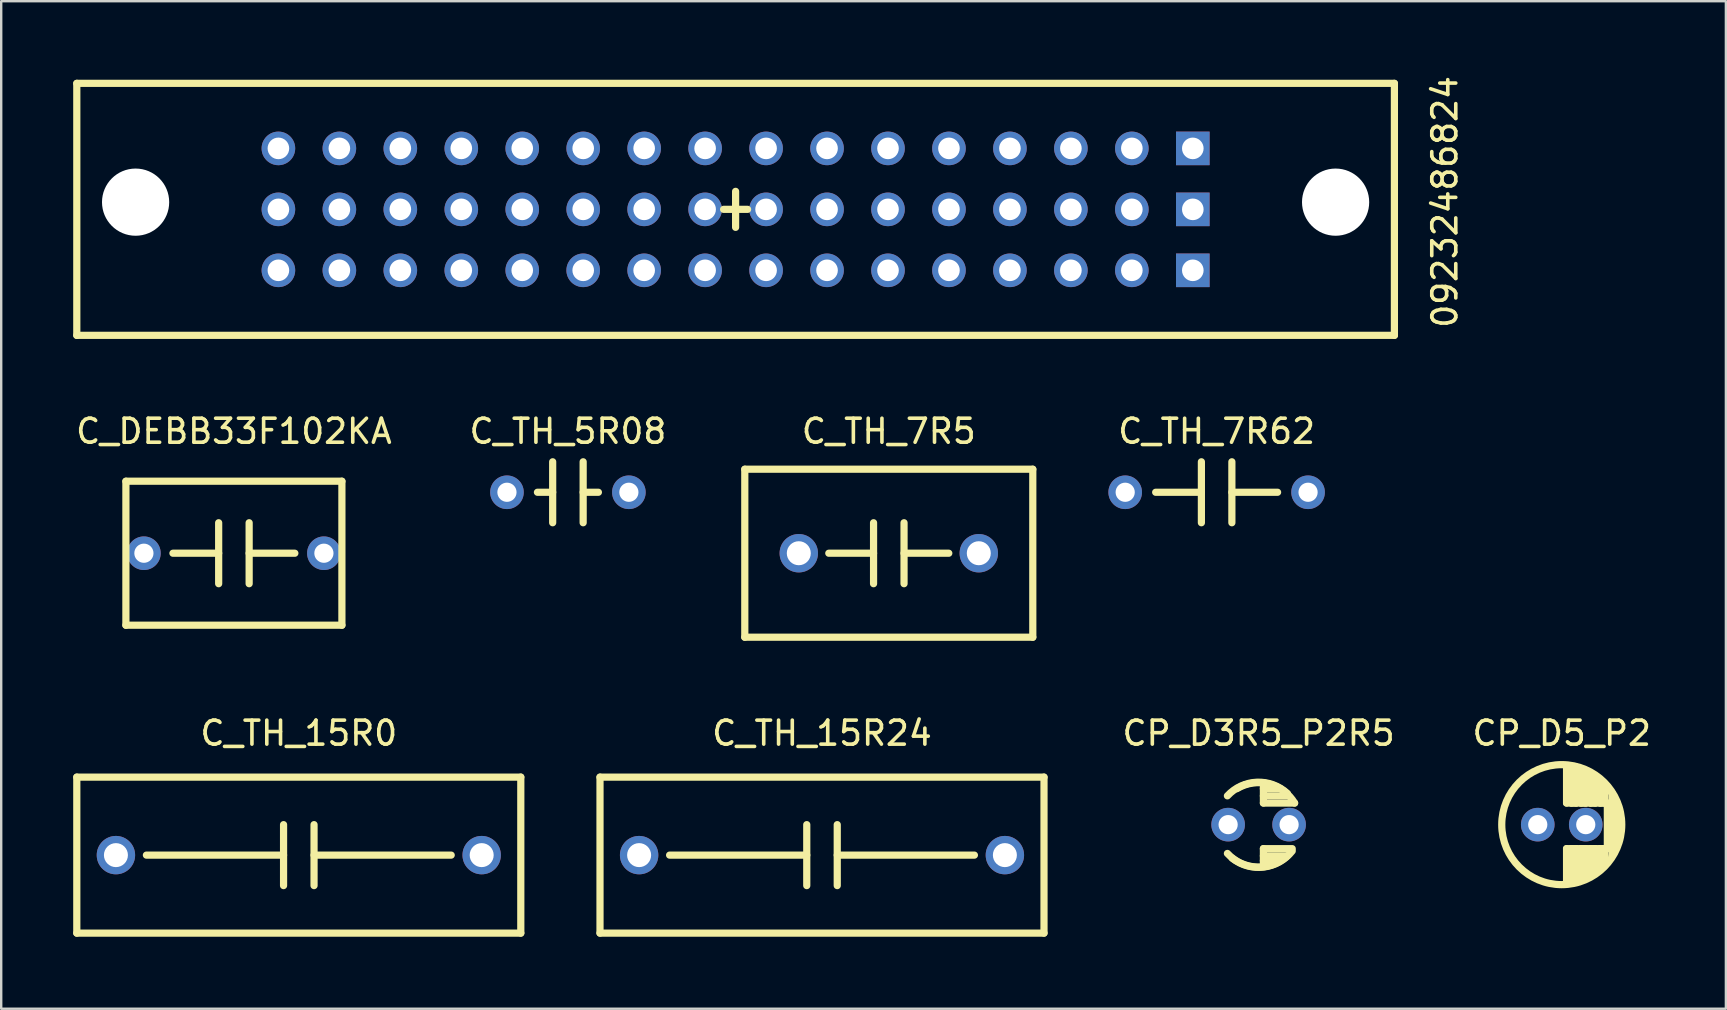
<source format=kicad_pcb>
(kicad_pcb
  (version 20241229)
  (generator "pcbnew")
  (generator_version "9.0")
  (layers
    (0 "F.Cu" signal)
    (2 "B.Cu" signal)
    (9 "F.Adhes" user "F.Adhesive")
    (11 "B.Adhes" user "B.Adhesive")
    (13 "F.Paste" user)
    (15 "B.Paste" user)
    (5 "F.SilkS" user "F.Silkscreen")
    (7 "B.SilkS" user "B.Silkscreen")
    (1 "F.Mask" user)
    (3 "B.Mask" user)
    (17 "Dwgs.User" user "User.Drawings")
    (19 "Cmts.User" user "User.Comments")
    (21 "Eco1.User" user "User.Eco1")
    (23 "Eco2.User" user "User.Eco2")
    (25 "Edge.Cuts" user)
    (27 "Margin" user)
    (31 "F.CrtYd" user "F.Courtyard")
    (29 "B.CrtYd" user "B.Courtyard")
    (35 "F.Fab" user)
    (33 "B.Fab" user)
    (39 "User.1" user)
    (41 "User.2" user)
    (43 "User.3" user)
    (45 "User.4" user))
  (footprint "09232486824"
    (layer "F.Cu")
    (at 27.6 5.673)
    (property "Reference" "09232486824" (at 29.552 -0.31 90) (layer "F.SilkS") (effects (font (size 1 1) (thickness 0.15))))
    (attr through_hole)
    (fp_line (start -27.45 -5.25) (end -27.45 5.25) (stroke (width 0.3) (type solid)) (layer "F.SilkS"))
    (fp_line (start -27.45 5.25) (end 27.45 5.25) (stroke (width 0.3) (type solid)) (layer "F.SilkS"))
    (fp_line (start -0.5 0) (end 0.5 0) (stroke (width 0.3) (type solid)) (layer "F.SilkS"))
    (fp_line (start 0 0.75) (end 0 -0.75) (stroke (width 0.3) (type solid)) (layer "F.SilkS"))
    (fp_line (start 27.45 -5.25) (end -27.45 -5.25) (stroke (width 0.3) (type solid)) (layer "F.SilkS"))
    (fp_line (start 27.45 5.25) (end 27.45 -5.25) (stroke (width 0.3) (type solid)) (layer "F.SilkS"))
    (pad "" np_thru_hole circle (at -25 -0.3) (size 2.8 2.8) (drill 2.8) (layers "*.Cu" "*.Mask"))
    (pad "" np_thru_hole circle (at 25 -0.3) (size 2.8 2.8) (drill 2.8) (layers "*.Cu" "*.Mask"))
    (pad "1A" thru_hole rect (at 19.05 -2.54) (size 1.4 1.4) (drill 0.9) (layers "*.Cu" "*.Mask"))
    (pad "1B" thru_hole rect (at 19.05 0) (size 1.4 1.4) (drill 0.9) (layers "*.Cu" "*.Mask"))
    (pad "1C" thru_hole rect (at 19.05 2.54) (size 1.4 1.4) (drill 0.9) (layers "*.Cu" "*.Mask"))
    (pad "2A" thru_hole circle (at 16.51 -2.54) (size 1.4 1.4) (drill 0.9) (layers "*.Cu" "*.Mask"))
    (pad "2B" thru_hole circle (at 16.51 0) (size 1.4 1.4) (drill 0.9) (layers "*.Cu" "*.Mask"))
    (pad "2C" thru_hole circle (at 16.51 2.54) (size 1.4 1.4) (drill 0.9) (layers "*.Cu" "*.Mask"))
    (pad "3A" thru_hole circle (at 13.97 -2.54) (size 1.4 1.4) (drill 0.9) (layers "*.Cu" "*.Mask"))
    (pad "3B" thru_hole circle (at 13.97 0) (size 1.4 1.4) (drill 0.9) (layers "*.Cu" "*.Mask"))
    (pad "3C" thru_hole circle (at 13.97 2.54) (size 1.4 1.4) (drill 0.9) (layers "*.Cu" "*.Mask"))
    (pad "4A" thru_hole circle (at 11.43 -2.54) (size 1.4 1.4) (drill 0.9) (layers "*.Cu" "*.Mask"))
    (pad "4B" thru_hole circle (at 11.43 0) (size 1.4 1.4) (drill 0.9) (layers "*.Cu" "*.Mask"))
    (pad "4C" thru_hole circle (at 11.43 2.54) (size 1.4 1.4) (drill 0.9) (layers "*.Cu" "*.Mask"))
    (pad "5A" thru_hole circle (at 8.89 -2.54) (size 1.4 1.4) (drill 0.9) (layers "*.Cu" "*.Mask"))
    (pad "5B" thru_hole circle (at 8.89 0) (size 1.4 1.4) (drill 0.9) (layers "*.Cu" "*.Mask"))
    (pad "5C" thru_hole circle (at 8.89 2.54) (size 1.4 1.4) (drill 0.9) (layers "*.Cu" "*.Mask"))
    (pad "6A" thru_hole circle (at 6.35 -2.54) (size 1.4 1.4) (drill 0.9) (layers "*.Cu" "*.Mask"))
    (pad "6B" thru_hole circle (at 6.35 0) (size 1.4 1.4) (drill 0.9) (layers "*.Cu" "*.Mask"))
    (pad "6C" thru_hole circle (at 6.35 2.54) (size 1.4 1.4) (drill 0.9) (layers "*.Cu" "*.Mask"))
    (pad "7A" thru_hole circle (at 3.81 -2.54) (size 1.4 1.4) (drill 0.9) (layers "*.Cu" "*.Mask"))
    (pad "7B" thru_hole circle (at 3.81 0) (size 1.4 1.4) (drill 0.9) (layers "*.Cu" "*.Mask"))
    (pad "7C" thru_hole circle (at 3.81 2.54) (size 1.4 1.4) (drill 0.9) (layers "*.Cu" "*.Mask"))
    (pad "8A" thru_hole circle (at 1.27 -2.54) (size 1.4 1.4) (drill 0.9) (layers "*.Cu" "*.Mask"))
    (pad "8B" thru_hole circle (at 1.27 0) (size 1.4 1.4) (drill 0.9) (layers "*.Cu" "*.Mask"))
    (pad "8C" thru_hole circle (at 1.27 2.54) (size 1.4 1.4) (drill 0.9) (layers "*.Cu" "*.Mask"))
    (pad "9A" thru_hole circle (at -1.27 -2.54) (size 1.4 1.4) (drill 0.9) (layers "*.Cu" "*.Mask"))
    (pad "9B" thru_hole circle (at -1.27 0) (size 1.4 1.4) (drill 0.9) (layers "*.Cu" "*.Mask"))
    (pad "9C" thru_hole circle (at -1.27 2.54) (size 1.4 1.4) (drill 0.9) (layers "*.Cu" "*.Mask"))
    (pad "10A" thru_hole circle (at -3.81 -2.54) (size 1.4 1.4) (drill 0.9) (layers "*.Cu" "*.Mask"))
    (pad "10B" thru_hole circle (at -3.81 0) (size 1.4 1.4) (drill 0.9) (layers "*.Cu" "*.Mask"))
    (pad "10C" thru_hole circle (at -3.81 2.54) (size 1.4 1.4) (drill 0.9) (layers "*.Cu" "*.Mask"))
    (pad "11A" thru_hole circle (at -6.35 -2.54) (size 1.4 1.4) (drill 0.9) (layers "*.Cu" "*.Mask"))
    (pad "11B" thru_hole circle (at -6.35 0) (size 1.4 1.4) (drill 0.9) (layers "*.Cu" "*.Mask"))
    (pad "11C" thru_hole circle (at -6.35 2.54) (size 1.4 1.4) (drill 0.9) (layers "*.Cu" "*.Mask"))
    (pad "12A" thru_hole circle (at -8.89 -2.54) (size 1.4 1.4) (drill 0.9) (layers "*.Cu" "*.Mask"))
    (pad "12B" thru_hole circle (at -8.89 0) (size 1.4 1.4) (drill 0.9) (layers "*.Cu" "*.Mask"))
    (pad "12C" thru_hole circle (at -8.89 2.54) (size 1.4 1.4) (drill 0.9) (layers "*.Cu" "*.Mask"))
    (pad "13A" thru_hole circle (at -11.43 -2.54) (size 1.4 1.4) (drill 0.9) (layers "*.Cu" "*.Mask"))
    (pad "13B" thru_hole circle (at -11.43 0) (size 1.4 1.4) (drill 0.9) (layers "*.Cu" "*.Mask"))
    (pad "13C" thru_hole circle (at -11.43 2.54) (size 1.4 1.4) (drill 0.9) (layers "*.Cu" "*.Mask"))
    (pad "14A" thru_hole circle (at -13.97 -2.54) (size 1.4 1.4) (drill 0.9) (layers "*.Cu" "*.Mask"))
    (pad "14B" thru_hole circle (at -13.97 0) (size 1.4 1.4) (drill 0.9) (layers "*.Cu" "*.Mask"))
    (pad "14C" thru_hole circle (at -13.97 2.54) (size 1.4 1.4) (drill 0.9) (layers "*.Cu" "*.Mask"))
    (pad "15A" thru_hole circle (at -16.51 -2.54) (size 1.4 1.4) (drill 0.9) (layers "*.Cu" "*.Mask"))
    (pad "15B" thru_hole circle (at -16.51 0) (size 1.4 1.4) (drill 0.9) (layers "*.Cu" "*.Mask"))
    (pad "15C" thru_hole circle (at -16.51 2.54) (size 1.4 1.4) (drill 0.9) (layers "*.Cu" "*.Mask"))
    (pad "16A" thru_hole circle (at -19.05 -2.54) (size 1.4 1.4) (drill 0.9) (layers "*.Cu" "*.Mask"))
    (pad "16B" thru_hole circle (at -19.05 0) (size 1.4 1.4) (drill 0.9) (layers "*.Cu" "*.Mask"))
    (pad "16C" thru_hole circle (at -19.05 2.54) (size 1.4 1.4) (drill 0.9) (layers "*.Cu" "*.Mask")))
  (footprint "C_TH_7R5"
    (layer "F.Cu")
    (at 33.983 20.001)
    (property "Reference" "C_TH_7R5" (at 0 -5.08 0) (layer "F.SilkS") (effects (font (size 1 1) (thickness 0.15))))
    (attr through_hole)
    (fp_line (start -6 -3.5) (end -6 3.5) (stroke (width 0.3) (type solid)) (layer "F.SilkS"))
    (fp_line (start -6 3.5) (end 6 3.5) (stroke (width 0.3) (type solid)) (layer "F.SilkS"))
    (fp_line (start -0.635 -1.27) (end -0.635 1.27) (stroke (width 0.3) (type solid)) (layer "F.SilkS"))
    (fp_line (start -0.635 0) (end -2.5 0) (stroke (width 0.3) (type solid)) (layer "F.SilkS"))
    (fp_line (start 0.635 -1.27) (end 0.635 1.27) (stroke (width 0.3) (type solid)) (layer "F.SilkS"))
    (fp_line (start 0.635 0) (end 2.5 0) (stroke (width 0.3) (type solid)) (layer "F.SilkS"))
    (fp_line (start 6 -3.5) (end -6 -3.5) (stroke (width 0.3) (type solid)) (layer "F.SilkS"))
    (fp_line (start 6 3.5) (end 6 -3.5) (stroke (width 0.3) (type solid)) (layer "F.SilkS"))
    (pad "1" thru_hole circle (at -3.75 0) (size 1.6 1.6) (drill 1) (layers "*.Cu" "*.Mask"))
    (pad "2" thru_hole circle (at 3.75 0) (size 1.6 1.6) (drill 1) (layers "*.Cu" "*.Mask")))
  (footprint "C_TH_15R0"
    (layer "F.Cu")
    (at 9.4 32.58)
    (property "Reference" "C_TH_15R0" (at 0 -5.08 0) (layer "F.SilkS") (effects (font (size 1 1) (thickness 0.15))))
    (attr through_hole)
    (fp_line (start -9.25 -3.25) (end -9.25 3.25) (stroke (width 0.3) (type solid)) (layer "F.SilkS"))
    (fp_line (start -9.25 3.25) (end 9.25 3.25) (stroke (width 0.3) (type solid)) (layer "F.SilkS"))
    (fp_line (start -0.635 -1.27) (end -0.635 1.27) (stroke (width 0.3) (type solid)) (layer "F.SilkS"))
    (fp_line (start -0.635 0) (end -6.35 0) (stroke (width 0.3) (type solid)) (layer "F.SilkS"))
    (fp_line (start 0.635 -1.27) (end 0.635 1.27) (stroke (width 0.3) (type solid)) (layer "F.SilkS"))
    (fp_line (start 0.635 0) (end 6.35 0) (stroke (width 0.3) (type solid)) (layer "F.SilkS"))
    (fp_line (start 9.25 -3.25) (end -9.25 -3.25) (stroke (width 0.3) (type solid)) (layer "F.SilkS"))
    (fp_line (start 9.25 3.25) (end 9.25 -3.25) (stroke (width 0.3) (type solid)) (layer "F.SilkS"))
    (pad "1" thru_hole circle (at -7.62 0) (size 1.6 1.6) (drill 1) (layers "*.Cu" "*.Mask"))
    (pad "2" thru_hole circle (at 7.62 0) (size 1.6 1.6) (drill 1) (layers "*.Cu" "*.Mask")))
  (footprint "C_TH_7R62"
    (layer "F.Cu")
    (at 47.643 17.461)
    (property "Reference" "C_TH_7R62" (at 0 -2.54 0) (layer "F.SilkS") (effects (font (size 1 1) (thickness 0.15))))
    (attr through_hole)
    (fp_line (start -0.635 -1.27) (end -0.635 1.27) (stroke (width 0.3) (type solid)) (layer "F.SilkS"))
    (fp_line (start -0.635 0) (end -2.54 0) (stroke (width 0.3) (type solid)) (layer "F.SilkS"))
    (fp_line (start 0.635 -1.27) (end 0.635 1.27) (stroke (width 0.3) (type solid)) (layer "F.SilkS"))
    (fp_line (start 0.635 0) (end 2.54 0) (stroke (width 0.3) (type solid)) (layer "F.SilkS"))
    (pad "1" thru_hole circle (at -3.81 0) (size 1.4 1.4) (drill 0.8) (layers "*.Cu" "*.Mask"))
    (pad "2" thru_hole circle (at 3.81 0) (size 1.4 1.4) (drill 0.8) (layers "*.Cu" "*.Mask")))
  (footprint "C_TH_5R08"
    (layer "F.Cu")
    (at 20.613 17.461)
    (property "Reference" "C_TH_5R08" (at 0 -2.54 0) (layer "F.SilkS") (effects (font (size 1 1) (thickness 0.15))))
    (attr through_hole)
    (fp_line (start -0.635 -1.27) (end -0.635 1.27) (stroke (width 0.3) (type solid)) (layer "F.SilkS"))
    (fp_line (start -0.635 0) (end -1.27 0) (stroke (width 0.3) (type solid)) (layer "F.SilkS"))
    (fp_line (start 0.635 -1.27) (end 0.635 1.27) (stroke (width 0.3) (type solid)) (layer "F.SilkS"))
    (fp_line (start 0.635 0) (end 1.27 0) (stroke (width 0.3) (type solid)) (layer "F.SilkS"))
    (pad "1" thru_hole circle (at -2.54 0) (size 1.4 1.4) (drill 0.8) (layers "*.Cu" "*.Mask"))
    (pad "2" thru_hole circle (at 2.54 0) (size 1.4 1.4) (drill 0.8) (layers "*.Cu" "*.Mask")))
  (footprint "C_TH_15R24"
    (layer "F.Cu")
    (at 31.2 32.58)
    (property "Reference" "C_TH_15R24" (at 0 -5.08 0) (layer "F.SilkS") (effects (font (size 1 1) (thickness 0.15))))
    (attr through_hole)
    (fp_line (start -9.25 -3.25) (end -9.25 3.25) (stroke (width 0.3) (type solid)) (layer "F.SilkS"))
    (fp_line (start -9.25 3.25) (end 9.25 3.25) (stroke (width 0.3) (type solid)) (layer "F.SilkS"))
    (fp_line (start -0.635 -1.27) (end -0.635 1.27) (stroke (width 0.3) (type solid)) (layer "F.SilkS"))
    (fp_line (start -0.635 0) (end -6.35 0) (stroke (width 0.3) (type solid)) (layer "F.SilkS"))
    (fp_line (start 0.635 -1.27) (end 0.635 1.27) (stroke (width 0.3) (type solid)) (layer "F.SilkS"))
    (fp_line (start 0.635 0) (end 6.35 0) (stroke (width 0.3) (type solid)) (layer "F.SilkS"))
    (fp_line (start 9.25 -3.25) (end -9.25 -3.25) (stroke (width 0.3) (type solid)) (layer "F.SilkS"))
    (fp_line (start 9.25 3.25) (end 9.25 -3.25) (stroke (width 0.3) (type solid)) (layer "F.SilkS"))
    (pad "1" thru_hole circle (at -7.62 0) (size 1.6 1.6) (drill 1) (layers "*.Cu" "*.Mask"))
    (pad "2" thru_hole circle (at 7.62 0) (size 1.6 1.6) (drill 1) (layers "*.Cu" "*.Mask")))
  (footprint "CP_D5_P2"
    (layer "F.Cu")
    (at 62.023 31.31)
    (property "Reference" "CP_D5_P2" (at 0 -3.81 0) (layer "F.SilkS") (effects (font (size 1 1) (thickness 0.15))))
    (attr through_hole)
    (fp_line (start 0.2 -2.4) (end 0.2 -0.9) (stroke (width 0.3) (type solid)) (layer "F.SilkS"))
    (fp_line (start 0.2 -0.9) (end 1.9 -0.9) (stroke (width 0.3) (type solid)) (layer "F.SilkS"))
    (fp_line (start 0.2 1) (end 0.2 2.4) (stroke (width 0.3) (type solid)) (layer "F.SilkS"))
    (fp_line (start 0.4 -2.4) (end 0.4 -0.9) (stroke (width 0.3) (type solid)) (layer "F.SilkS"))
    (fp_line (start 0.4 -0.9) (end 0.6 -0.9) (stroke (width 0.3) (type solid)) (layer "F.SilkS"))
    (fp_line (start 0.4 1) (end 0.6 1) (stroke (width 0.3) (type solid)) (layer "F.SilkS"))
    (fp_line (start 0.4 2.4) (end 0.4 1) (stroke (width 0.3) (type solid)) (layer "F.SilkS"))
    (fp_line (start 0.6 -2.4) (end 0.8 -2.3) (stroke (width 0.3) (type solid)) (layer "F.SilkS"))
    (fp_line (start 0.6 -0.9) (end 0.6 -2.4) (stroke (width 0.3) (type solid)) (layer "F.SilkS"))
    (fp_line (start 0.6 1) (end 0.6 2.4) (stroke (width 0.3) (type solid)) (layer "F.SilkS"))
    (fp_line (start 0.6 2.4) (end 0.8 2.3) (stroke (width 0.3) (type solid)) (layer "F.SilkS"))
    (fp_line (start 0.8 -2.3) (end 0.8 -0.9) (stroke (width 0.3) (type solid)) (layer "F.SilkS"))
    (fp_line (start 0.8 -0.9) (end 1 -0.9) (stroke (width 0.3) (type solid)) (layer "F.SilkS"))
    (fp_line (start 0.8 1) (end 1 1) (stroke (width 0.3) (type solid)) (layer "F.SilkS"))
    (fp_line (start 0.8 2.3) (end 0.8 1) (stroke (width 0.3) (type solid)) (layer "F.SilkS"))
    (fp_line (start 1 -2.2) (end 1.2 -2.1) (stroke (width 0.3) (type solid)) (layer "F.SilkS"))
    (fp_line (start 1 -0.9) (end 1 -2.2) (stroke (width 0.3) (type solid)) (layer "F.SilkS"))
    (fp_line (start 1 1) (end 1 2.2) (stroke (width 0.3) (type solid)) (layer "F.SilkS"))
    (fp_line (start 1 2.2) (end 1.2 2.1) (stroke (width 0.3) (type solid)) (layer "F.SilkS"))
    (fp_line (start 1.2 -2.1) (end 1.2 -0.9) (stroke (width 0.3) (type solid)) (layer "F.SilkS"))
    (fp_line (start 1.2 -0.9) (end 1.4 -0.9) (stroke (width 0.3) (type solid)) (layer "F.SilkS"))
    (fp_line (start 1.2 1) (end 1.4 1) (stroke (width 0.3) (type solid)) (layer "F.SilkS"))
    (fp_line (start 1.2 2.1) (end 1.2 1) (stroke (width 0.3) (type solid)) (layer "F.SilkS"))
    (fp_line (start 1.4 -2) (end 1.6 -1.8) (stroke (width 0.3) (type solid)) (layer "F.SilkS"))
    (fp_line (start 1.4 -0.9) (end 1.4 -2) (stroke (width 0.3) (type solid)) (layer "F.SilkS"))
    (fp_line (start 1.4 1) (end 1.4 2) (stroke (width 0.3) (type solid)) (layer "F.SilkS"))
    (fp_line (start 1.4 2) (end 1.6 1.8) (stroke (width 0.3) (type solid)) (layer "F.SilkS"))
    (fp_line (start 1.6 -1.8) (end 1.6 -0.9) (stroke (width 0.3) (type solid)) (layer "F.SilkS"))
    (fp_line (start 1.6 -0.9) (end 1.8 -0.9) (stroke (width 0.3) (type solid)) (layer "F.SilkS"))
    (fp_line (start 1.6 1) (end 1.8 1) (stroke (width 0.3) (type solid)) (layer "F.SilkS"))
    (fp_line (start 1.6 1.8) (end 1.6 1) (stroke (width 0.3) (type solid)) (layer "F.SilkS"))
    (fp_line (start 1.8 -1.7) (end 2.1 -1.3) (stroke (width 0.3) (type solid)) (layer "F.SilkS"))
    (fp_line (start 1.8 -0.9) (end 1.8 -1.7) (stroke (width 0.3) (type solid)) (layer "F.SilkS"))
    (fp_line (start 1.8 1) (end 1.8 1.7) (stroke (width 0.3) (type solid)) (layer "F.SilkS"))
    (fp_line (start 1.9 -0.9) (end 1.9 0.9) (stroke (width 0.3) (type solid)) (layer "F.SilkS"))
    (fp_line (start 1.9 0.9) (end 1.9 1) (stroke (width 0.3) (type solid)) (layer "F.SilkS"))
    (fp_line (start 1.9 1) (end 0.2 1) (stroke (width 0.3) (type solid)) (layer "F.SilkS"))
    (fp_line (start 2.1 -1.3) (end 2.1 1.3) (stroke (width 0.3) (type solid)) (layer "F.SilkS"))
    (fp_line (start 2.1 1.3) (end 2.3 0.9) (stroke (width 0.3) (type solid)) (layer "F.SilkS"))
    (fp_line (start 2.3 0.9) (end 2.3 -0.9) (stroke (width 0.3) (type solid)) (layer "F.SilkS"))
    (fp_circle (center 0 0) (end 2.5 0) (stroke (width 0.3) (type solid)) (fill no) (layer "F.SilkS"))
    (pad "1" thru_hole circle (at -1 0) (size 1.4 1.4) (drill 0.8) (layers "*.Cu" "*.Mask"))
    (pad "2" thru_hole circle (at 1 0) (size 1.4 1.4) (drill 0.8) (layers "*.Cu" "*.Mask")))
  (footprint "C_DEBB33F102KA"
    (layer "F.Cu")
    (at 6.696 20.001)
    (property "Reference" "C_DEBB33F102KA" (at 0 -5.08 0) (layer "F.SilkS") (effects (font (size 1 1) (thickness 0.15))))
    (attr through_hole)
    (fp_line (start -4.5 -3) (end -4.5 3) (stroke (width 0.3) (type solid)) (layer "F.SilkS"))
    (fp_line (start -4.5 3) (end 4.5 3) (stroke (width 0.3) (type solid)) (layer "F.SilkS"))
    (fp_line (start -0.635 -1.27) (end -0.635 1.27) (stroke (width 0.3) (type solid)) (layer "F.SilkS"))
    (fp_line (start -0.635 0) (end -2.54 0) (stroke (width 0.3) (type solid)) (layer "F.SilkS"))
    (fp_line (start 0.635 -1.27) (end 0.635 1.27) (stroke (width 0.3) (type solid)) (layer "F.SilkS"))
    (fp_line (start 0.635 0) (end 2.54 0) (stroke (width 0.3) (type solid)) (layer "F.SilkS"))
    (fp_line (start 4.5 -3) (end -4.5 -3) (stroke (width 0.3) (type solid)) (layer "F.SilkS"))
    (fp_line (start 4.5 3) (end 4.5 -3) (stroke (width 0.3) (type solid)) (layer "F.SilkS"))
    (pad "1" thru_hole circle (at -3.75 0) (size 1.4 1.4) (drill 0.8) (layers "*.Cu" "*.Mask"))
    (pad "2" thru_hole circle (at 3.75 0) (size 1.4 1.4) (drill 0.8) (layers "*.Cu" "*.Mask")))
  (footprint "CP_D3R5_P2R5"
    (layer "F.Cu")
    (at 49.392 31.31)
    (property "Reference" "CP_D3R5_P2R5" (at 0 -3.81 0) (layer "F.SilkS") (effects (font (size 1 1) (thickness 0.15))))
    (attr through_hole)
    (fp_line (start 0.2 -1.7) (end 0.2 -0.9) (stroke (width 0.3) (type solid)) (layer "F.SilkS"))
    (fp_line (start 0.2 -1.5) (end 0.9 -1.5) (stroke (width 0.3) (type solid)) (layer "F.SilkS"))
    (fp_line (start 0.2 -1.2) (end 1.2 -1.2) (stroke (width 0.3) (type solid)) (layer "F.SilkS"))
    (fp_line (start 0.2 -0.9) (end 1.5 -0.9) (stroke (width 0.3) (type solid)) (layer "F.SilkS"))
    (fp_line (start 0.2 1) (end 1.4 1) (stroke (width 0.3) (type solid)) (layer "F.SilkS"))
    (fp_line (start 0.2 1.3) (end 1.1 1.3) (stroke (width 0.3) (type solid)) (layer "F.SilkS"))
    (fp_line (start 0.2 1.5) (end 0.8 1.5) (stroke (width 0.3) (type solid)) (layer "F.SilkS"))
    (fp_line (start 0.2 1.7) (end 0.2 1) (stroke (width 0.3) (type solid)) (layer "F.SilkS"))
    (fp_arc (start -1.3 -1.2) (mid -0.070711 -1.767767) (end 1.2 -1.3) (stroke (width 0.3) (type solid)) (layer "F.SilkS"))
    (fp_arc (start -0.9 -1.5) (mid 0.424264 -1.697056) (end 1.5 -0.9) (stroke (width 0.3) (type solid)) (layer "F.SilkS"))
    (fp_arc (start 1.2 1.3) (mid -0.070711 1.767767) (end -1.3 1.2) (stroke (width 0.3) (type solid)) (layer "F.SilkS"))
    (fp_arc (start 1.4 1.1) (mid 0.212132 1.767767) (end -1.1 1.4) (stroke (width 0.3) (type solid)) (layer "F.SilkS"))
    (pad "1" thru_hole circle (at -1.27 0) (size 1.4 1.4) (drill 0.8) (layers "*.Cu" "*.Mask"))
    (pad "2" thru_hole circle (at 1.27 0) (size 1.4 1.4) (drill 0.8) (layers "*.Cu" "*.Mask")))
  (gr_rect
    (start -3 -3)
    (end 68.862 38.98)
    (stroke (width 0.1) (type default))
    (fill no)
    (layer "Edge.Cuts")))
</source>
